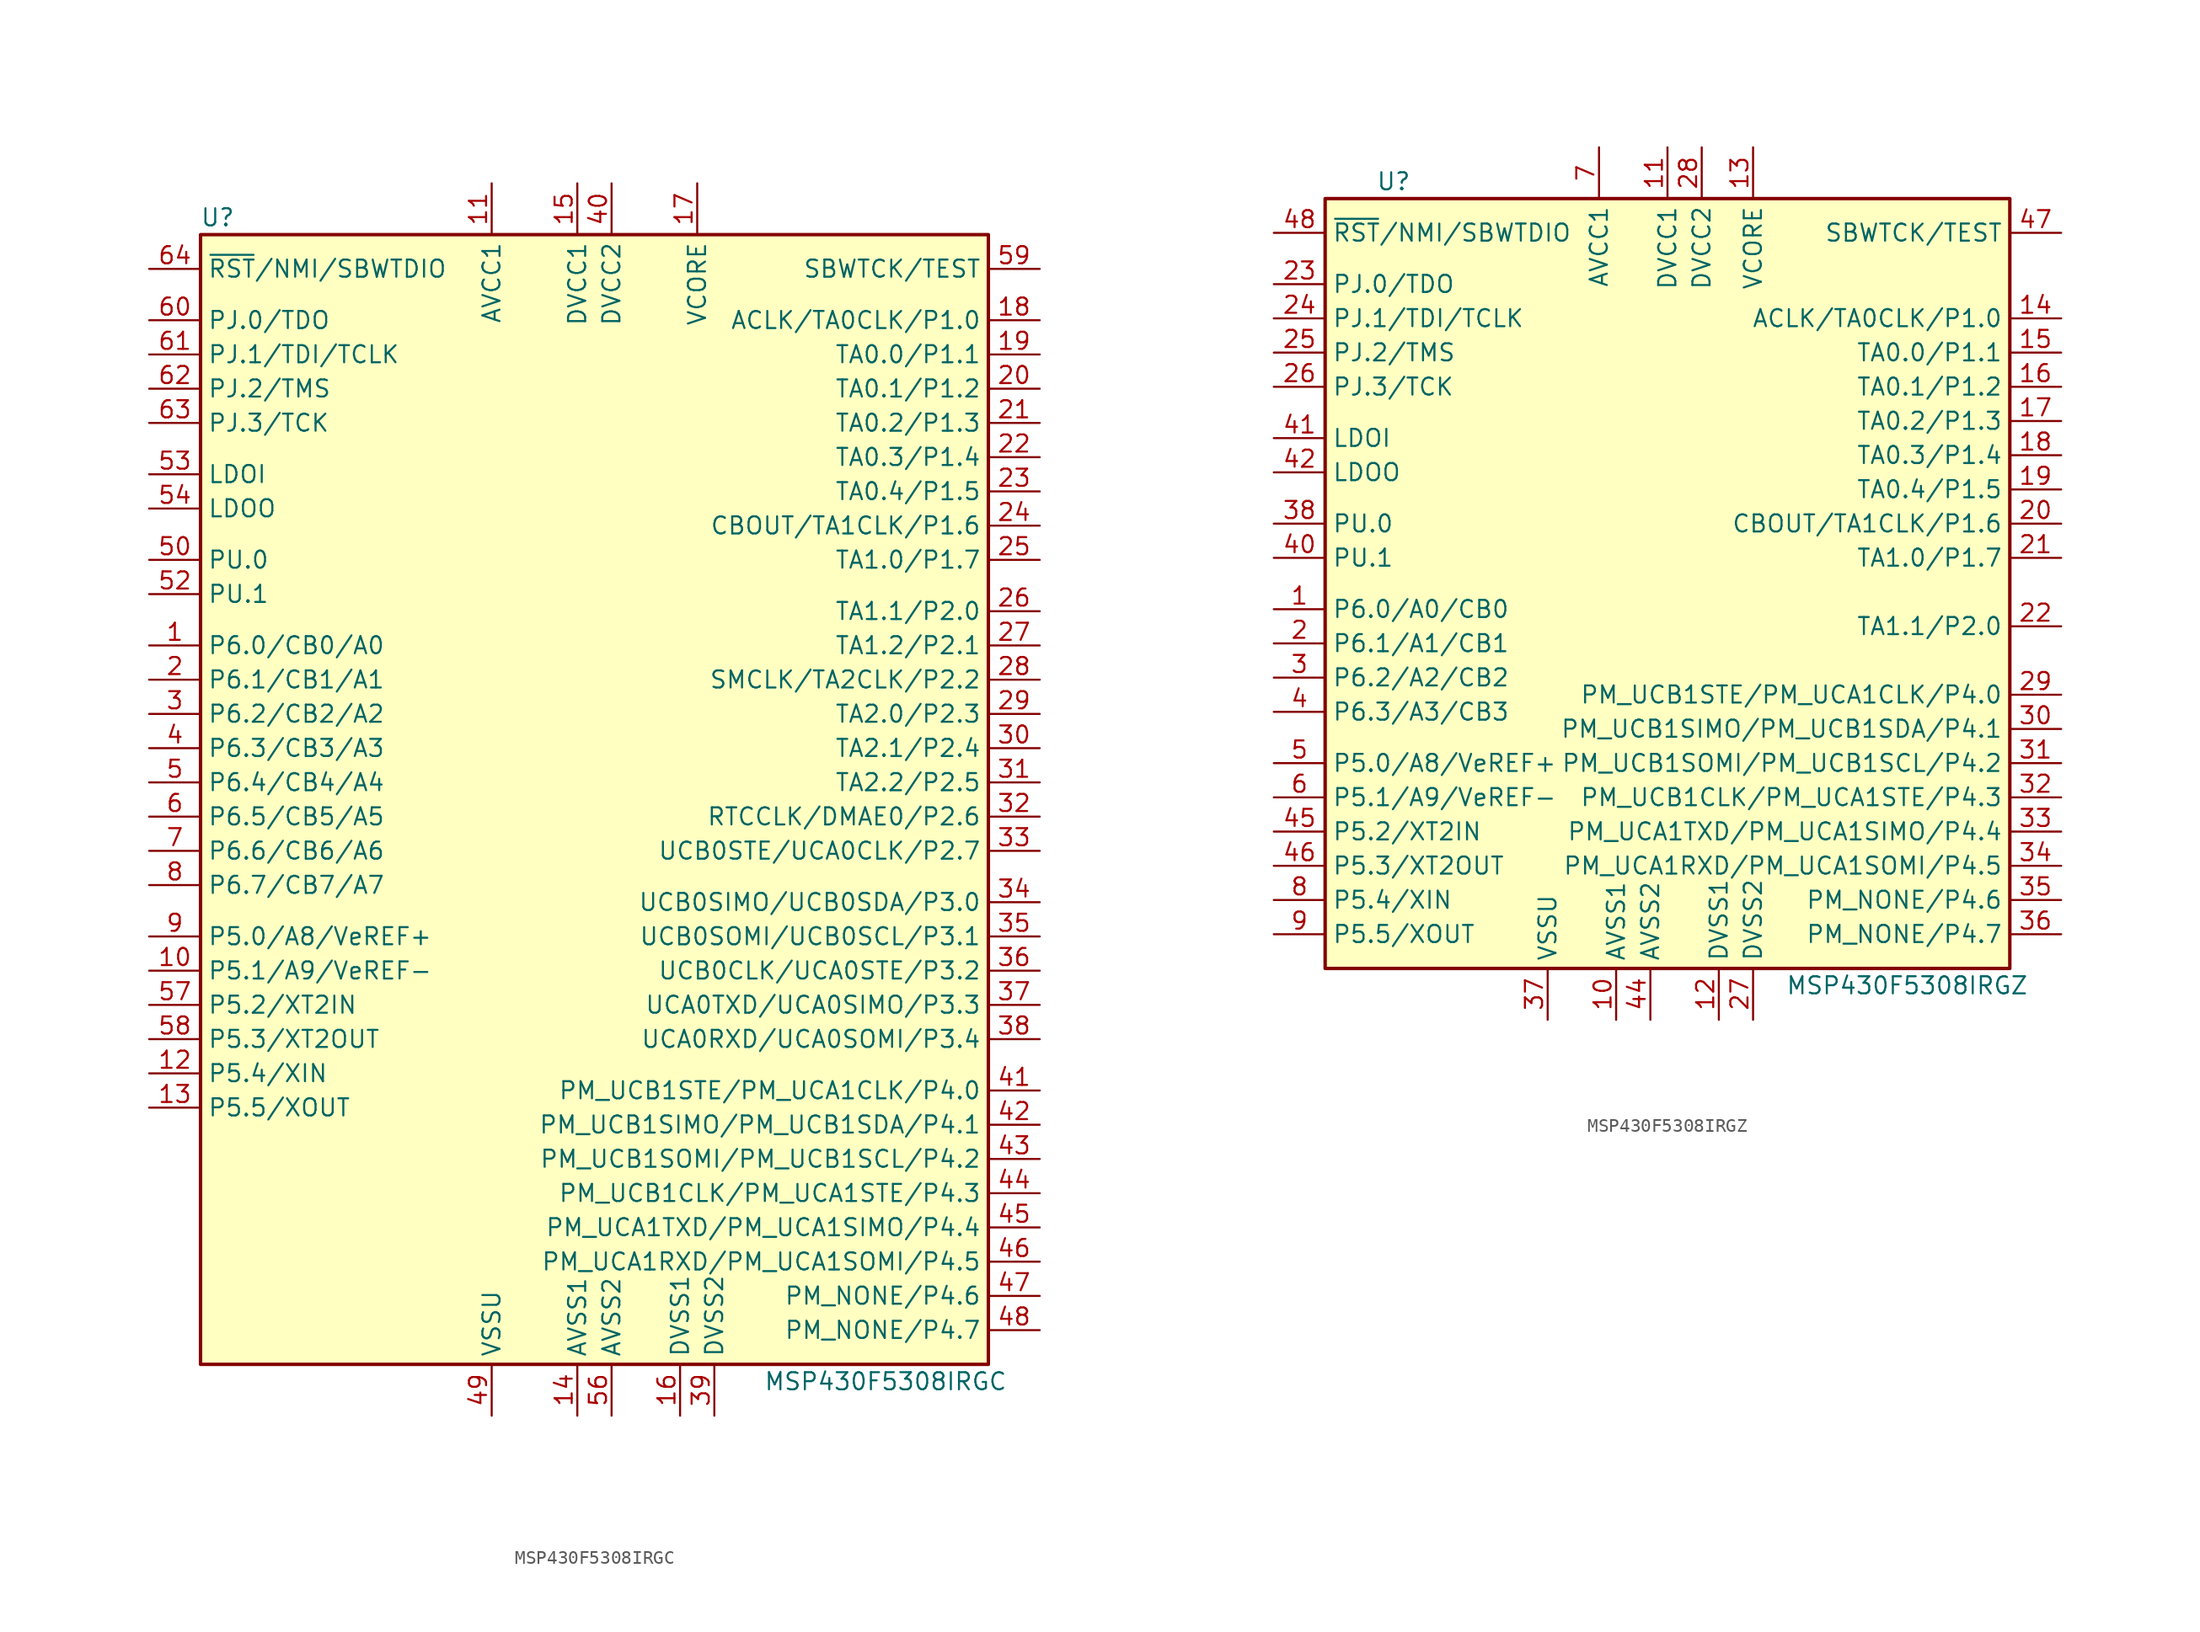
<source format=kicad_sym>
(kicad_symbol_lib
  (version 20201005)
  (generator kicad_symbol_editor)
  (symbol "MCU_Texas_MSP430:MSP430F5308IRGC"
    (property "Reference" "U"
      (at -27.94 43.18 0)
      (effects (font (size 1.27 1.27))))
    (property "Value" "MSP430F5308IRGC"
      (at 21.59 -43.18 0)
      (effects (font (size 1.27 1.27))))
    (symbol "MSP430F5308IRGC_0_1"
      (rectangle (start -29.21 41.91) (end 29.21 -41.91) (stroke (width 0.254)) (fill (type background))))
    (symbol "MSP430F5308IRGC_1_1"
      (pin bidirectional line (at -33.02 11.43 0) (length 3.81) (name "P6.0/CB0/A0" (effects (font (size 1.27 1.27)))) (number "1" (effects (font (size 1.27 1.27)))))
      (pin bidirectional line (at -33.02 -12.7 0) (length 3.81) (name "P5.1/A9/VeREF-" (effects (font (size 1.27 1.27)))) (number "10" (effects (font (size 1.27 1.27)))))
      (pin power_in line (at -7.62 45.72 270) (length 3.81) (name "AVCC1" (effects (font (size 1.27 1.27)))) (number "11" (effects (font (size 1.27 1.27)))))
      (pin bidirectional line (at -33.02 -20.32 0) (length 3.81) (name "P5.4/XIN" (effects (font (size 1.27 1.27)))) (number "12" (effects (font (size 1.27 1.27)))))
      (pin bidirectional line (at -33.02 -22.86 0) (length 3.81) (name "P5.5/XOUT" (effects (font (size 1.27 1.27)))) (number "13" (effects (font (size 1.27 1.27)))))
      (pin power_in line (at -1.27 -45.72 90) (length 3.81) (name "AVSS1" (effects (font (size 1.27 1.27)))) (number "14" (effects (font (size 1.27 1.27)))))
      (pin power_in line (at -1.27 45.72 270) (length 3.81) (name "DVCC1" (effects (font (size 1.27 1.27)))) (number "15" (effects (font (size 1.27 1.27)))))
      (pin power_in line (at 6.35 -45.72 90) (length 3.81) (name "DVSS1" (effects (font (size 1.27 1.27)))) (number "16" (effects (font (size 1.27 1.27)))))
      (pin bidirectional line (at 7.62 45.72 270) (length 3.81) (name "VCORE" (effects (font (size 1.27 1.27)))) (number "17" (effects (font (size 1.27 1.27)))))
      (pin bidirectional line (at 33.02 35.56 180) (length 3.81) (name "ACLK/TA0CLK/P1.0" (effects (font (size 1.27 1.27)))) (number "18" (effects (font (size 1.27 1.27)))))
      (pin bidirectional line (at 33.02 33.02 180) (length 3.81) (name "TA0.0/P1.1" (effects (font (size 1.27 1.27)))) (number "19" (effects (font (size 1.27 1.27)))))
      (pin bidirectional line (at -33.02 8.89 0) (length 3.81) (name "P6.1/CB1/A1" (effects (font (size 1.27 1.27)))) (number "2" (effects (font (size 1.27 1.27)))))
      (pin bidirectional line (at 33.02 30.48 180) (length 3.81) (name "TA0.1/P1.2" (effects (font (size 1.27 1.27)))) (number "20" (effects (font (size 1.27 1.27)))))
      (pin bidirectional line (at 33.02 27.94 180) (length 3.81) (name "TA0.2/P1.3" (effects (font (size 1.27 1.27)))) (number "21" (effects (font (size 1.27 1.27)))))
      (pin bidirectional line (at 33.02 25.4 180) (length 3.81) (name "TA0.3/P1.4" (effects (font (size 1.27 1.27)))) (number "22" (effects (font (size 1.27 1.27)))))
      (pin bidirectional line (at 33.02 22.86 180) (length 3.81) (name "TA0.4/P1.5" (effects (font (size 1.27 1.27)))) (number "23" (effects (font (size 1.27 1.27)))))
      (pin bidirectional line (at 33.02 20.32 180) (length 3.81) (name "CBOUT/TA1CLK/P1.6" (effects (font (size 1.27 1.27)))) (number "24" (effects (font (size 1.27 1.27)))))
      (pin bidirectional line (at 33.02 17.78 180) (length 3.81) (name "TA1.0/P1.7" (effects (font (size 1.27 1.27)))) (number "25" (effects (font (size 1.27 1.27)))))
      (pin bidirectional line (at 33.02 13.97 180) (length 3.81) (name "TA1.1/P2.0" (effects (font (size 1.27 1.27)))) (number "26" (effects (font (size 1.27 1.27)))))
      (pin bidirectional line (at 33.02 11.43 180) (length 3.81) (name "TA1.2/P2.1" (effects (font (size 1.27 1.27)))) (number "27" (effects (font (size 1.27 1.27)))))
      (pin bidirectional line (at 33.02 8.89 180) (length 3.81) (name "SMCLK/TA2CLK/P2.2" (effects (font (size 1.27 1.27)))) (number "28" (effects (font (size 1.27 1.27)))))
      (pin bidirectional line (at 33.02 6.35 180) (length 3.81) (name "TA2.0/P2.3" (effects (font (size 1.27 1.27)))) (number "29" (effects (font (size 1.27 1.27)))))
      (pin bidirectional line (at -33.02 6.35 0) (length 3.81) (name "P6.2/CB2/A2" (effects (font (size 1.27 1.27)))) (number "3" (effects (font (size 1.27 1.27)))))
      (pin bidirectional line (at 33.02 3.81 180) (length 3.81) (name "TA2.1/P2.4" (effects (font (size 1.27 1.27)))) (number "30" (effects (font (size 1.27 1.27)))))
      (pin bidirectional line (at 33.02 1.27 180) (length 3.81) (name "TA2.2/P2.5" (effects (font (size 1.27 1.27)))) (number "31" (effects (font (size 1.27 1.27)))))
      (pin bidirectional line (at 33.02 -1.27 180) (length 3.81) (name "RTCCLK/DMAE0/P2.6" (effects (font (size 1.27 1.27)))) (number "32" (effects (font (size 1.27 1.27)))))
      (pin bidirectional line (at 33.02 -3.81 180) (length 3.81) (name "UCB0STE/UCA0CLK/P2.7" (effects (font (size 1.27 1.27)))) (number "33" (effects (font (size 1.27 1.27)))))
      (pin bidirectional line (at 33.02 -7.62 180) (length 3.81) (name "UCB0SIMO/UCB0SDA/P3.0" (effects (font (size 1.27 1.27)))) (number "34" (effects (font (size 1.27 1.27)))))
      (pin bidirectional line (at 33.02 -10.16 180) (length 3.81) (name "UCB0SOMI/UCB0SCL/P3.1" (effects (font (size 1.27 1.27)))) (number "35" (effects (font (size 1.27 1.27)))))
      (pin bidirectional line (at 33.02 -12.7 180) (length 3.81) (name "UCB0CLK/UCA0STE/P3.2" (effects (font (size 1.27 1.27)))) (number "36" (effects (font (size 1.27 1.27)))))
      (pin bidirectional line (at 33.02 -15.24 180) (length 3.81) (name "UCA0TXD/UCA0SIMO/P3.3" (effects (font (size 1.27 1.27)))) (number "37" (effects (font (size 1.27 1.27)))))
      (pin bidirectional line (at 33.02 -17.78 180) (length 3.81) (name "UCA0RXD/UCA0SOMI/P3.4" (effects (font (size 1.27 1.27)))) (number "38" (effects (font (size 1.27 1.27)))))
      (pin power_in line (at 8.89 -45.72 90) (length 3.81) (name "DVSS2" (effects (font (size 1.27 1.27)))) (number "39" (effects (font (size 1.27 1.27)))))
      (pin bidirectional line (at -33.02 3.81 0) (length 3.81) (name "P6.3/CB3/A3" (effects (font (size 1.27 1.27)))) (number "4" (effects (font (size 1.27 1.27)))))
      (pin power_in line (at 1.27 45.72 270) (length 3.81) (name "DVCC2" (effects (font (size 1.27 1.27)))) (number "40" (effects (font (size 1.27 1.27)))))
      (pin bidirectional line (at 33.02 -21.59 180) (length 3.81) (name "PM_UCB1STE/PM_UCA1CLK/P4.0" (effects (font (size 1.27 1.27)))) (number "41" (effects (font (size 1.27 1.27)))))
      (pin bidirectional line (at 33.02 -24.13 180) (length 3.81) (name "PM_UCB1SIMO/PM_UCB1SDA/P4.1" (effects (font (size 1.27 1.27)))) (number "42" (effects (font (size 1.27 1.27)))))
      (pin bidirectional line (at 33.02 -26.67 180) (length 3.81) (name "PM_UCB1SOMI/PM_UCB1SCL/P4.2" (effects (font (size 1.27 1.27)))) (number "43" (effects (font (size 1.27 1.27)))))
      (pin bidirectional line (at 33.02 -29.21 180) (length 3.81) (name "PM_UCB1CLK/PM_UCA1STE/P4.3" (effects (font (size 1.27 1.27)))) (number "44" (effects (font (size 1.27 1.27)))))
      (pin bidirectional line (at 33.02 -31.75 180) (length 3.81) (name "PM_UCA1TXD/PM_UCA1SIMO/P4.4" (effects (font (size 1.27 1.27)))) (number "45" (effects (font (size 1.27 1.27)))))
      (pin bidirectional line (at 33.02 -34.29 180) (length 3.81) (name "PM_UCA1RXD/PM_UCA1SOMI/P4.5" (effects (font (size 1.27 1.27)))) (number "46" (effects (font (size 1.27 1.27)))))
      (pin bidirectional line (at 33.02 -36.83 180) (length 3.81) (name "PM_NONE/P4.6" (effects (font (size 1.27 1.27)))) (number "47" (effects (font (size 1.27 1.27)))))
      (pin bidirectional line (at 33.02 -39.37 180) (length 3.81) (name "PM_NONE/P4.7" (effects (font (size 1.27 1.27)))) (number "48" (effects (font (size 1.27 1.27)))))
      (pin power_in line (at -7.62 -45.72 90) (length 3.81) (name "VSSU" (effects (font (size 1.27 1.27)))) (number "49" (effects (font (size 1.27 1.27)))))
      (pin bidirectional line (at -33.02 1.27 0) (length 3.81) (name "P6.4/CB4/A4" (effects (font (size 1.27 1.27)))) (number "5" (effects (font (size 1.27 1.27)))))
      (pin bidirectional line (at -33.02 17.78 0) (length 3.81) (name "PU.0" (effects (font (size 1.27 1.27)))) (number "50" (effects (font (size 1.27 1.27)))))
      (pin bidirectional line (at -33.02 15.24 0) (length 3.81) (name "PU.1" (effects (font (size 1.27 1.27)))) (number "52" (effects (font (size 1.27 1.27)))))
      (pin power_in line (at -33.02 24.13 0) (length 3.81) (name "LDOI" (effects (font (size 1.27 1.27)))) (number "53" (effects (font (size 1.27 1.27)))))
      (pin power_out line (at -33.02 21.59 0) (length 3.81) (name "LDOO" (effects (font (size 1.27 1.27)))) (number "54" (effects (font (size 1.27 1.27)))))
      (pin power_in line (at 1.27 -45.72 90) (length 3.81) (name "AVSS2" (effects (font (size 1.27 1.27)))) (number "56" (effects (font (size 1.27 1.27)))))
      (pin bidirectional line (at -33.02 -15.24 0) (length 3.81) (name "P5.2/XT2IN" (effects (font (size 1.27 1.27)))) (number "57" (effects (font (size 1.27 1.27)))))
      (pin bidirectional line (at -33.02 -17.78 0) (length 3.81) (name "P5.3/XT2OUT" (effects (font (size 1.27 1.27)))) (number "58" (effects (font (size 1.27 1.27)))))
      (pin input line (at 33.02 39.37 180) (length 3.81) (name "SBWTCK/TEST" (effects (font (size 1.27 1.27)))) (number "59" (effects (font (size 1.27 1.27)))))
      (pin bidirectional line (at -33.02 -1.27 0) (length 3.81) (name "P6.5/CB5/A5" (effects (font (size 1.27 1.27)))) (number "6" (effects (font (size 1.27 1.27)))))
      (pin bidirectional line (at -33.02 35.56 0) (length 3.81) (name "PJ.0/TDO" (effects (font (size 1.27 1.27)))) (number "60" (effects (font (size 1.27 1.27)))))
      (pin bidirectional line (at -33.02 33.02 0) (length 3.81) (name "PJ.1/TDI/TCLK" (effects (font (size 1.27 1.27)))) (number "61" (effects (font (size 1.27 1.27)))))
      (pin bidirectional line (at -33.02 30.48 0) (length 3.81) (name "PJ.2/TMS" (effects (font (size 1.27 1.27)))) (number "62" (effects (font (size 1.27 1.27)))))
      (pin bidirectional line (at -33.02 27.94 0) (length 3.81) (name "PJ.3/TCK" (effects (font (size 1.27 1.27)))) (number "63" (effects (font (size 1.27 1.27)))))
      (pin input line (at -33.02 39.37 0) (length 3.81) (name "~RST~/NMI/SBWTDIO" (effects (font (size 1.27 1.27)))) (number "64" (effects (font (size 1.27 1.27)))))
      (pin bidirectional line (at -33.02 -3.81 0) (length 3.81) (name "P6.6/CB6/A6" (effects (font (size 1.27 1.27)))) (number "7" (effects (font (size 1.27 1.27)))))
      (pin bidirectional line (at -33.02 -6.35 0) (length 3.81) (name "P6.7/CB7/A7" (effects (font (size 1.27 1.27)))) (number "8" (effects (font (size 1.27 1.27)))))
      (pin bidirectional line (at -33.02 -10.16 0) (length 3.81) (name "P5.0/A8/VeREF+" (effects (font (size 1.27 1.27)))) (number "9" (effects (font (size 1.27 1.27)))))))
  (symbol "MCU_Texas_MSP430:MSP430F5308IRGZ"
    (property "Reference" "U"
      (at -21.59 30.48 0)
      (effects (font (size 1.27 1.27))))
    (property "Value" "MSP430F5308IRGZ"
      (at 16.51 -29.21 0)
      (effects (font (size 1.27 1.27))))
    (symbol "MSP430F5308IRGZ_0_1"
      (rectangle (start -26.67 29.21) (end 24.13 -27.94) (stroke (width 0.254)) (fill (type background))))
    (symbol "MSP430F5308IRGZ_1_1"
      (pin bidirectional line (at -30.48 -1.27 0) (length 3.81) (name "P6.0/A0/CB0" (effects (font (size 1.27 1.27)))) (number "1" (effects (font (size 1.27 1.27)))))
      (pin power_in line (at -5.08 -31.75 90) (length 3.81) (name "AVSS1" (effects (font (size 1.27 1.27)))) (number "10" (effects (font (size 1.27 1.27)))))
      (pin power_in line (at -1.27 33.02 270) (length 3.81) (name "DVCC1" (effects (font (size 1.27 1.27)))) (number "11" (effects (font (size 1.27 1.27)))))
      (pin power_in line (at 2.54 -31.75 90) (length 3.81) (name "DVSS1" (effects (font (size 1.27 1.27)))) (number "12" (effects (font (size 1.27 1.27)))))
      (pin bidirectional line (at 5.08 33.02 270) (length 3.81) (name "VCORE" (effects (font (size 1.27 1.27)))) (number "13" (effects (font (size 1.27 1.27)))))
      (pin bidirectional line (at 27.94 20.32 180) (length 3.81) (name "ACLK/TA0CLK/P1.0" (effects (font (size 1.27 1.27)))) (number "14" (effects (font (size 1.27 1.27)))))
      (pin bidirectional line (at 27.94 17.78 180) (length 3.81) (name "TA0.0/P1.1" (effects (font (size 1.27 1.27)))) (number "15" (effects (font (size 1.27 1.27)))))
      (pin bidirectional line (at 27.94 15.24 180) (length 3.81) (name "TA0.1/P1.2" (effects (font (size 1.27 1.27)))) (number "16" (effects (font (size 1.27 1.27)))))
      (pin bidirectional line (at 27.94 12.7 180) (length 3.81) (name "TA0.2/P1.3" (effects (font (size 1.27 1.27)))) (number "17" (effects (font (size 1.27 1.27)))))
      (pin bidirectional line (at 27.94 10.16 180) (length 3.81) (name "TA0.3/P1.4" (effects (font (size 1.27 1.27)))) (number "18" (effects (font (size 1.27 1.27)))))
      (pin bidirectional line (at 27.94 7.62 180) (length 3.81) (name "TA0.4/P1.5" (effects (font (size 1.27 1.27)))) (number "19" (effects (font (size 1.27 1.27)))))
      (pin bidirectional line (at -30.48 -3.81 0) (length 3.81) (name "P6.1/A1/CB1" (effects (font (size 1.27 1.27)))) (number "2" (effects (font (size 1.27 1.27)))))
      (pin bidirectional line (at 27.94 5.08 180) (length 3.81) (name "CBOUT/TA1CLK/P1.6" (effects (font (size 1.27 1.27)))) (number "20" (effects (font (size 1.27 1.27)))))
      (pin bidirectional line (at 27.94 2.54 180) (length 3.81) (name "TA1.0/P1.7" (effects (font (size 1.27 1.27)))) (number "21" (effects (font (size 1.27 1.27)))))
      (pin bidirectional line (at 27.94 -2.54 180) (length 3.81) (name "TA1.1/P2.0" (effects (font (size 1.27 1.27)))) (number "22" (effects (font (size 1.27 1.27)))))
      (pin bidirectional line (at -30.48 22.86 0) (length 3.81) (name "PJ.0/TDO" (effects (font (size 1.27 1.27)))) (number "23" (effects (font (size 1.27 1.27)))))
      (pin bidirectional line (at -30.48 20.32 0) (length 3.81) (name "PJ.1/TDI/TCLK" (effects (font (size 1.27 1.27)))) (number "24" (effects (font (size 1.27 1.27)))))
      (pin bidirectional line (at -30.48 17.78 0) (length 3.81) (name "PJ.2/TMS" (effects (font (size 1.27 1.27)))) (number "25" (effects (font (size 1.27 1.27)))))
      (pin bidirectional line (at -30.48 15.24 0) (length 3.81) (name "PJ.3/TCK" (effects (font (size 1.27 1.27)))) (number "26" (effects (font (size 1.27 1.27)))))
      (pin power_in line (at 5.08 -31.75 90) (length 3.81) (name "DVSS2" (effects (font (size 1.27 1.27)))) (number "27" (effects (font (size 1.27 1.27)))))
      (pin power_in line (at 1.27 33.02 270) (length 3.81) (name "DVCC2" (effects (font (size 1.27 1.27)))) (number "28" (effects (font (size 1.27 1.27)))))
      (pin bidirectional line (at 27.94 -7.62 180) (length 3.81) (name "PM_UCB1STE/PM_UCA1CLK/P4.0" (effects (font (size 1.27 1.27)))) (number "29" (effects (font (size 1.27 1.27)))))
      (pin bidirectional line (at -30.48 -6.35 0) (length 3.81) (name "P6.2/A2/CB2" (effects (font (size 1.27 1.27)))) (number "3" (effects (font (size 1.27 1.27)))))
      (pin bidirectional line (at 27.94 -10.16 180) (length 3.81) (name "PM_UCB1SIMO/PM_UCB1SDA/P4.1" (effects (font (size 1.27 1.27)))) (number "30" (effects (font (size 1.27 1.27)))))
      (pin bidirectional line (at 27.94 -12.7 180) (length 3.81) (name "PM_UCB1SOMI/PM_UCB1SCL/P4.2" (effects (font (size 1.27 1.27)))) (number "31" (effects (font (size 1.27 1.27)))))
      (pin bidirectional line (at 27.94 -15.24 180) (length 3.81) (name "PM_UCB1CLK/PM_UCA1STE/P4.3" (effects (font (size 1.27 1.27)))) (number "32" (effects (font (size 1.27 1.27)))))
      (pin bidirectional line (at 27.94 -17.78 180) (length 3.81) (name "PM_UCA1TXD/PM_UCA1SIMO/P4.4" (effects (font (size 1.27 1.27)))) (number "33" (effects (font (size 1.27 1.27)))))
      (pin bidirectional line (at 27.94 -20.32 180) (length 3.81) (name "PM_UCA1RXD/PM_UCA1SOMI/P4.5" (effects (font (size 1.27 1.27)))) (number "34" (effects (font (size 1.27 1.27)))))
      (pin bidirectional line (at 27.94 -22.86 180) (length 3.81) (name "PM_NONE/P4.6" (effects (font (size 1.27 1.27)))) (number "35" (effects (font (size 1.27 1.27)))))
      (pin bidirectional line (at 27.94 -25.4 180) (length 3.81) (name "PM_NONE/P4.7" (effects (font (size 1.27 1.27)))) (number "36" (effects (font (size 1.27 1.27)))))
      (pin power_in line (at -10.16 -31.75 90) (length 3.81) (name "VSSU" (effects (font (size 1.27 1.27)))) (number "37" (effects (font (size 1.27 1.27)))))
      (pin bidirectional line (at -30.48 5.08 0) (length 3.81) (name "PU.0" (effects (font (size 1.27 1.27)))) (number "38" (effects (font (size 1.27 1.27)))))
      (pin bidirectional line (at -30.48 -8.89 0) (length 3.81) (name "P6.3/A3/CB3" (effects (font (size 1.27 1.27)))) (number "4" (effects (font (size 1.27 1.27)))))
      (pin bidirectional line (at -30.48 2.54 0) (length 3.81) (name "PU.1" (effects (font (size 1.27 1.27)))) (number "40" (effects (font (size 1.27 1.27)))))
      (pin power_in line (at -30.48 11.43 0) (length 3.81) (name "LDOI" (effects (font (size 1.27 1.27)))) (number "41" (effects (font (size 1.27 1.27)))))
      (pin power_out line (at -30.48 8.89 0) (length 3.81) (name "LDOO" (effects (font (size 1.27 1.27)))) (number "42" (effects (font (size 1.27 1.27)))))
      (pin power_in line (at -2.54 -31.75 90) (length 3.81) (name "AVSS2" (effects (font (size 1.27 1.27)))) (number "44" (effects (font (size 1.27 1.27)))))
      (pin bidirectional line (at -30.48 -17.78 0) (length 3.81) (name "P5.2/XT2IN" (effects (font (size 1.27 1.27)))) (number "45" (effects (font (size 1.27 1.27)))))
      (pin bidirectional line (at -30.48 -20.32 0) (length 3.81) (name "P5.3/XT2OUT" (effects (font (size 1.27 1.27)))) (number "46" (effects (font (size 1.27 1.27)))))
      (pin input line (at 27.94 26.67 180) (length 3.81) (name "SBWTCK/TEST" (effects (font (size 1.27 1.27)))) (number "47" (effects (font (size 1.27 1.27)))))
      (pin input line (at -30.48 26.67 0) (length 3.81) (name "~RST~/NMI/SBWTDIO" (effects (font (size 1.27 1.27)))) (number "48" (effects (font (size 1.27 1.27)))))
      (pin bidirectional line (at -30.48 -12.7 0) (length 3.81) (name "P5.0/A8/VeREF+" (effects (font (size 1.27 1.27)))) (number "5" (effects (font (size 1.27 1.27)))))
      (pin bidirectional line (at -30.48 -15.24 0) (length 3.81) (name "P5.1/A9/VeREF-" (effects (font (size 1.27 1.27)))) (number "6" (effects (font (size 1.27 1.27)))))
      (pin power_in line (at -6.35 33.02 270) (length 3.81) (name "AVCC1" (effects (font (size 1.27 1.27)))) (number "7" (effects (font (size 1.27 1.27)))))
      (pin bidirectional line (at -30.48 -22.86 0) (length 3.81) (name "P5.4/XIN" (effects (font (size 1.27 1.27)))) (number "8" (effects (font (size 1.27 1.27)))))
      (pin bidirectional line (at -30.48 -25.4 0) (length 3.81) (name "P5.5/XOUT" (effects (font (size 1.27 1.27)))) (number "9" (effects (font (size 1.27 1.27))))))))
</source>
